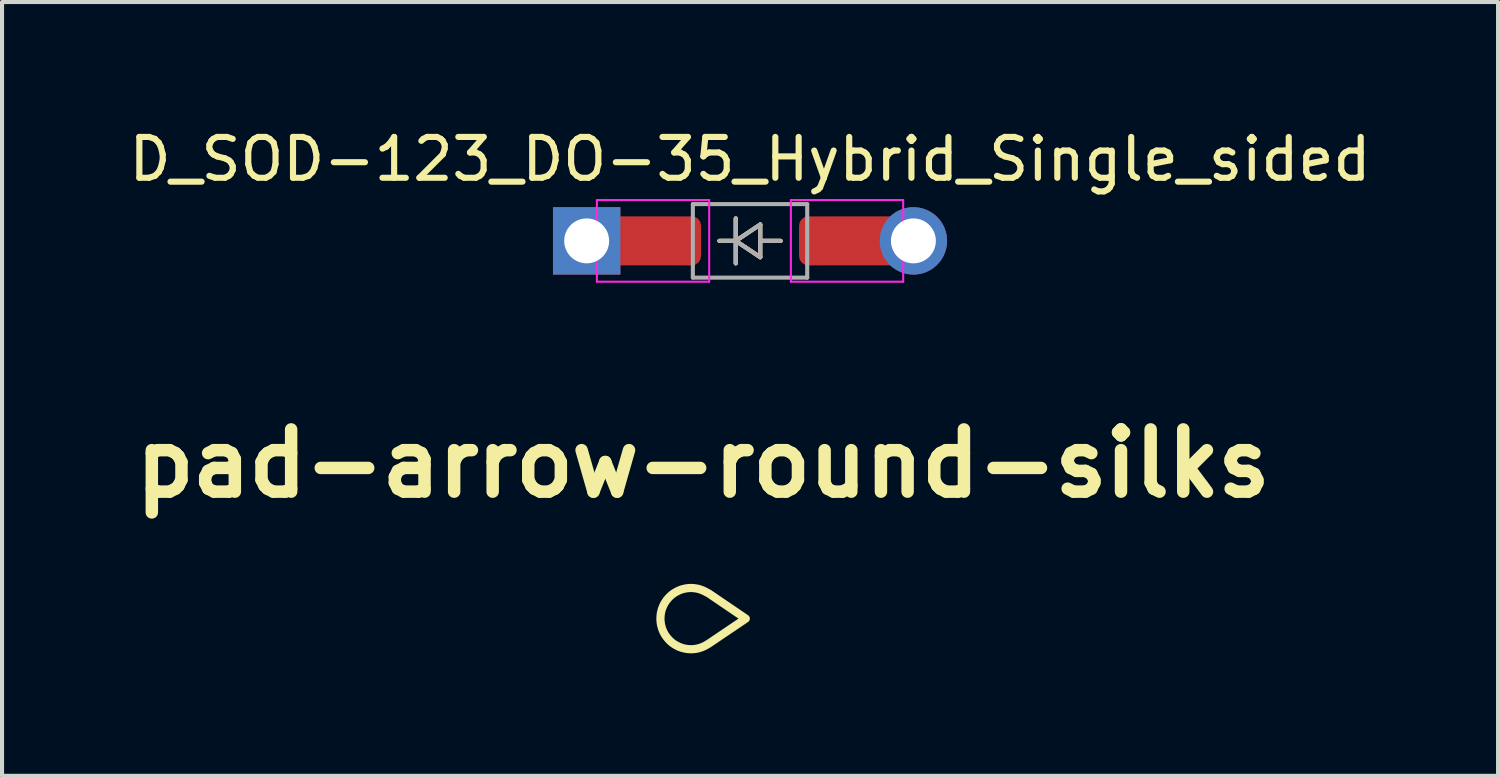
<source format=kicad_pcb>
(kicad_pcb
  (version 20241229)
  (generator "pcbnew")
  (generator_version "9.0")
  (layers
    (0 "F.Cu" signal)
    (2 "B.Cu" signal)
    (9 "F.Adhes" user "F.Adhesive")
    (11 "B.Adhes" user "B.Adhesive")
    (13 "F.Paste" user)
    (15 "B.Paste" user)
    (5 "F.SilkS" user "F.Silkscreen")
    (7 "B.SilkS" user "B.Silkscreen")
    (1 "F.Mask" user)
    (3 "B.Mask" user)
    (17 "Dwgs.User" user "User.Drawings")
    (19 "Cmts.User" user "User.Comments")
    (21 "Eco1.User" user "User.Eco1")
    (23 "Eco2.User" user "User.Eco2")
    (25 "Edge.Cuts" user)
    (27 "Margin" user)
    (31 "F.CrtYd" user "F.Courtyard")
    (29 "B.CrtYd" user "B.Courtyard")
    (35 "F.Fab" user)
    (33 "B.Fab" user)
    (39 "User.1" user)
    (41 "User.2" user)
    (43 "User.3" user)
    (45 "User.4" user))
  (footprint "pad-arrow-round-silks"
    (layer "F.Cu")
    (at 14.166 12.097)
    (property "Reference" "pad-arrow-round-silks" (at 0 -3.798 0) (layer "F.SilkS") (effects (font (size 1.524 1.524) (thickness 0.305))))
    (attr through_hole)
    (fp_poly (pts (xy -0.295 0.75) (xy -0.347 0.748) (xy -0.397 0.743) (xy -0.447 0.734) (xy -0.495 0.723) (xy -0.542 0.708) (xy -0.587 0.691) (xy -0.631 0.67) (xy -0.674 0.647) (xy -0.715 0.622) (xy -0.754 0.594) (xy -0.791 0.563) (xy -0.826 0.53) (xy -0.858 0.495) (xy -0.889 0.458) (xy -0.917 0.419) (xy -0.943 0.378) (xy -0.966 0.336) (xy -0.986 0.292) (xy -1.004 0.246) (xy -1.018 0.199) (xy -1.03 0.151) (xy -1.038 0.102) (xy -1.043 0.051) (xy -1.045 0) (xy -1.043 -0.051) (xy -1.038 -0.102) (xy -1.03 -0.151) (xy -1.018 -0.199) (xy -1.004 -0.246) (xy -0.986 -0.292) (xy -0.966 -0.336) (xy -0.943 -0.378) (xy -0.917 -0.419) (xy -0.889 -0.458) (xy -0.858 -0.495) (xy -0.826 -0.53) (xy -0.791 -0.563) (xy -0.754 -0.594) (xy -0.715 -0.622) (xy -0.674 -0.647) (xy -0.631 -0.67) (xy -0.587 -0.691) (xy -0.542 -0.708) (xy -0.495 -0.723) (xy -0.447 -0.734) (xy -0.397 -0.743) (xy -0.347 -0.748) (xy -0.295 -0.75) (xy -0.244 -0.748) (xy -0.193 -0.742) (xy -0.144 -0.734) (xy -0.095 -0.722) (xy -0.049 -0.706) (xy -0.003 -0.688) (xy 0.041 -0.667) (xy 0.084 -0.644) (xy 0.137 -0.617) (xy 1.045 0) (xy 0.137 0.613) (xy 0.108 0.63) (xy 0.084 0.644) (xy 0.041 0.668) (xy -0.003 0.689) (xy -0.049 0.707) (xy -0.095 0.722) (xy -0.143 0.734) (xy -0.193 0.743) (xy -0.243 0.748) (xy -0.295 0.75)) (stroke (width 0.003) (type solid)) (fill yes) (layer "F.Mask"))
    (fp_poly (pts (xy -0.295 0.75) (xy -0.347 0.748) (xy -0.397 0.743) (xy -0.447 0.734) (xy -0.495 0.723) (xy -0.542 0.708) (xy -0.587 0.691) (xy -0.631 0.67) (xy -0.674 0.647) (xy -0.715 0.622) (xy -0.754 0.594) (xy -0.791 0.563) (xy -0.826 0.53) (xy -0.858 0.495) (xy -0.889 0.458) (xy -0.917 0.419) (xy -0.943 0.378) (xy -0.966 0.336) (xy -0.986 0.292) (xy -1.004 0.246) (xy -1.018 0.199) (xy -1.03 0.151) (xy -1.038 0.102) (xy -1.043 0.051) (xy -1.045 0) (xy -1.043 -0.051) (xy -1.038 -0.102) (xy -1.03 -0.151) (xy -1.018 -0.199) (xy -1.004 -0.246) (xy -0.986 -0.292) (xy -0.966 -0.336) (xy -0.943 -0.378) (xy -0.917 -0.419) (xy -0.889 -0.458) (xy -0.858 -0.495) (xy -0.826 -0.53) (xy -0.791 -0.563) (xy -0.754 -0.594) (xy -0.715 -0.622) (xy -0.674 -0.647) (xy -0.631 -0.67) (xy -0.587 -0.691) (xy -0.542 -0.708) (xy -0.495 -0.723) (xy -0.447 -0.734) (xy -0.397 -0.743) (xy -0.347 -0.748) (xy -0.295 -0.75) (xy -0.244 -0.748) (xy -0.193 -0.742) (xy -0.144 -0.734) (xy -0.095 -0.722) (xy -0.049 -0.706) (xy -0.003 -0.688) (xy 0.041 -0.667) (xy 0.084 -0.644) (xy 0.137 -0.617) (xy 1.045 0) (xy 0.137 0.613) (xy 0.108 0.63) (xy 0.084 0.644) (xy 0.041 0.668) (xy -0.003 0.689) (xy -0.049 0.707) (xy -0.095 0.722) (xy -0.143 0.734) (xy -0.193 0.743) (xy -0.243 0.748) (xy -0.295 0.75)) (stroke (width 0.2) (type solid)) (fill no) (layer "F.SilkS")))
  (footprint "D_SOD-123_DO-35_Hybrid_Single_sided"
    (layer "F.Cu")
    (at 15.315 2.848)
    (property "Reference" "D_SOD-123_DO-35_Hybrid_Single_sided" (at 0 -2 0) (layer "F.SilkS") (effects (font (size 1 1) (thickness 0.15))))
    (attr smd)
    (fp_line (start -0.75 0) (end -0.35 0) (stroke (width 0.1) (type solid)) (layer "F.SilkS"))
    (fp_line (start -0.35 0) (end -0.35 -0.55) (stroke (width 0.1) (type solid)) (layer "F.SilkS"))
    (fp_line (start -0.35 0) (end -0.35 0.55) (stroke (width 0.1) (type solid)) (layer "F.SilkS"))
    (fp_line (start -0.35 0) (end 0.25 -0.4) (stroke (width 0.1) (type solid)) (layer "F.SilkS"))
    (fp_line (start 0.25 -0.4) (end 0.25 0.4) (stroke (width 0.1) (type solid)) (layer "F.SilkS"))
    (fp_line (start 0.25 0) (end 0.75 0) (stroke (width 0.1) (type solid)) (layer "F.SilkS"))
    (fp_line (start 0.25 0.4) (end -0.35 0) (stroke (width 0.1) (type solid)) (layer "F.SilkS"))
    (fp_line (start -0.75 0) (end -0.35 0) (stroke (width 0.1) (type solid)) (layer "B.SilkS"))
    (fp_line (start -0.35 0) (end -0.35 -0.55) (stroke (width 0.1) (type solid)) (layer "B.SilkS"))
    (fp_line (start -0.35 0) (end -0.35 0.55) (stroke (width 0.1) (type solid)) (layer "B.SilkS"))
    (fp_line (start -0.35 0) (end 0.25 0.4) (stroke (width 0.1) (type solid)) (layer "B.SilkS"))
    (fp_line (start 0.25 -0.4) (end -0.35 0) (stroke (width 0.1) (type solid)) (layer "B.SilkS"))
    (fp_line (start 0.25 0) (end 0.75 0) (stroke (width 0.1) (type solid)) (layer "B.SilkS"))
    (fp_line (start 0.25 0.4) (end 0.25 -0.4) (stroke (width 0.1) (type solid)) (layer "B.SilkS"))
    (fp_line (start -3.75 -1) (end -3.75 1) (stroke (width 0.05) (type default)) (layer "F.CrtYd"))
    (fp_line (start -3.75 -1) (end -1 -1) (stroke (width 0.05) (type solid)) (layer "F.CrtYd"))
    (fp_line (start -1 -1) (end -1 1) (stroke (width 0.05) (type default)) (layer "F.CrtYd"))
    (fp_line (start -1 1) (end -3.75 1) (stroke (width 0.05) (type solid)) (layer "F.CrtYd"))
    (fp_line (start 1 -1) (end 1 1) (stroke (width 0.05) (type default)) (layer "F.CrtYd"))
    (fp_line (start 1 -1) (end 3.75 -1) (stroke (width 0.05) (type solid)) (layer "F.CrtYd"))
    (fp_line (start 3.75 -1) (end 3.75 1) (stroke (width 0.05) (type default)) (layer "F.CrtYd"))
    (fp_line (start 3.75 1) (end 1 1) (stroke (width 0.05) (type solid)) (layer "F.CrtYd"))
    (fp_line (start -1.4 -0.9) (end 1.4 -0.9) (stroke (width 0.1) (type solid)) (layer "F.Fab"))
    (fp_line (start -1.4 0.9) (end -1.4 -0.9) (stroke (width 0.1) (type solid)) (layer "F.Fab"))
    (fp_line (start -0.75 0) (end -0.35 0) (stroke (width 0.1) (type solid)) (layer "F.Fab"))
    (fp_line (start -0.35 0) (end -0.35 -0.55) (stroke (width 0.1) (type solid)) (layer "F.Fab"))
    (fp_line (start -0.35 0) (end -0.35 0.55) (stroke (width 0.1) (type solid)) (layer "F.Fab"))
    (fp_line (start -0.35 0) (end 0.25 -0.4) (stroke (width 0.1) (type solid)) (layer "F.Fab"))
    (fp_line (start 0.25 -0.4) (end 0.25 0.4) (stroke (width 0.1) (type solid)) (layer "F.Fab"))
    (fp_line (start 0.25 0) (end 0.75 0) (stroke (width 0.1) (type solid)) (layer "F.Fab"))
    (fp_line (start 0.25 0.4) (end -0.35 0) (stroke (width 0.1) (type solid)) (layer "F.Fab"))
    (fp_line (start 1.4 -0.9) (end 1.4 0.9) (stroke (width 0.1) (type solid)) (layer "F.Fab"))
    (fp_line (start 1.4 0.9) (end -1.4 0.9) (stroke (width 0.1) (type solid)) (layer "F.Fab"))
    (pad "1" thru_hole rect (at -4 0) (size 1.65 1.65) (drill 1.1) (layers "*.Cu" "B.Mask"))
    (pad "1" smd rect (at -2.7 0) (size 1.6 1.2) (layers "F.Cu"))
    (pad "1" smd roundrect (at -1.65 0) (size 0.9 1.2) (layers "F.Cu" "F.Mask" "F.Paste") (roundrect_rratio 0.25))
    (pad "2" smd roundrect (at 1.65 0) (size 0.9 1.2) (layers "F.Cu" "F.Mask" "F.Paste") (roundrect_rratio 0.25))
    (pad "2" smd rect (at 2.7 0) (size 1.6 1.2) (layers "F.Cu"))
    (pad "2" thru_hole circle (at 4 0) (size 1.65 1.65) (drill 1.1) (layers "*.Cu" "B.Mask")))
  (gr_rect
    (start -3 -3)
    (end 33.631 15.947)
    (stroke (width 0.1) (type default))
    (fill no)
    (layer "Edge.Cuts")))
</source>
